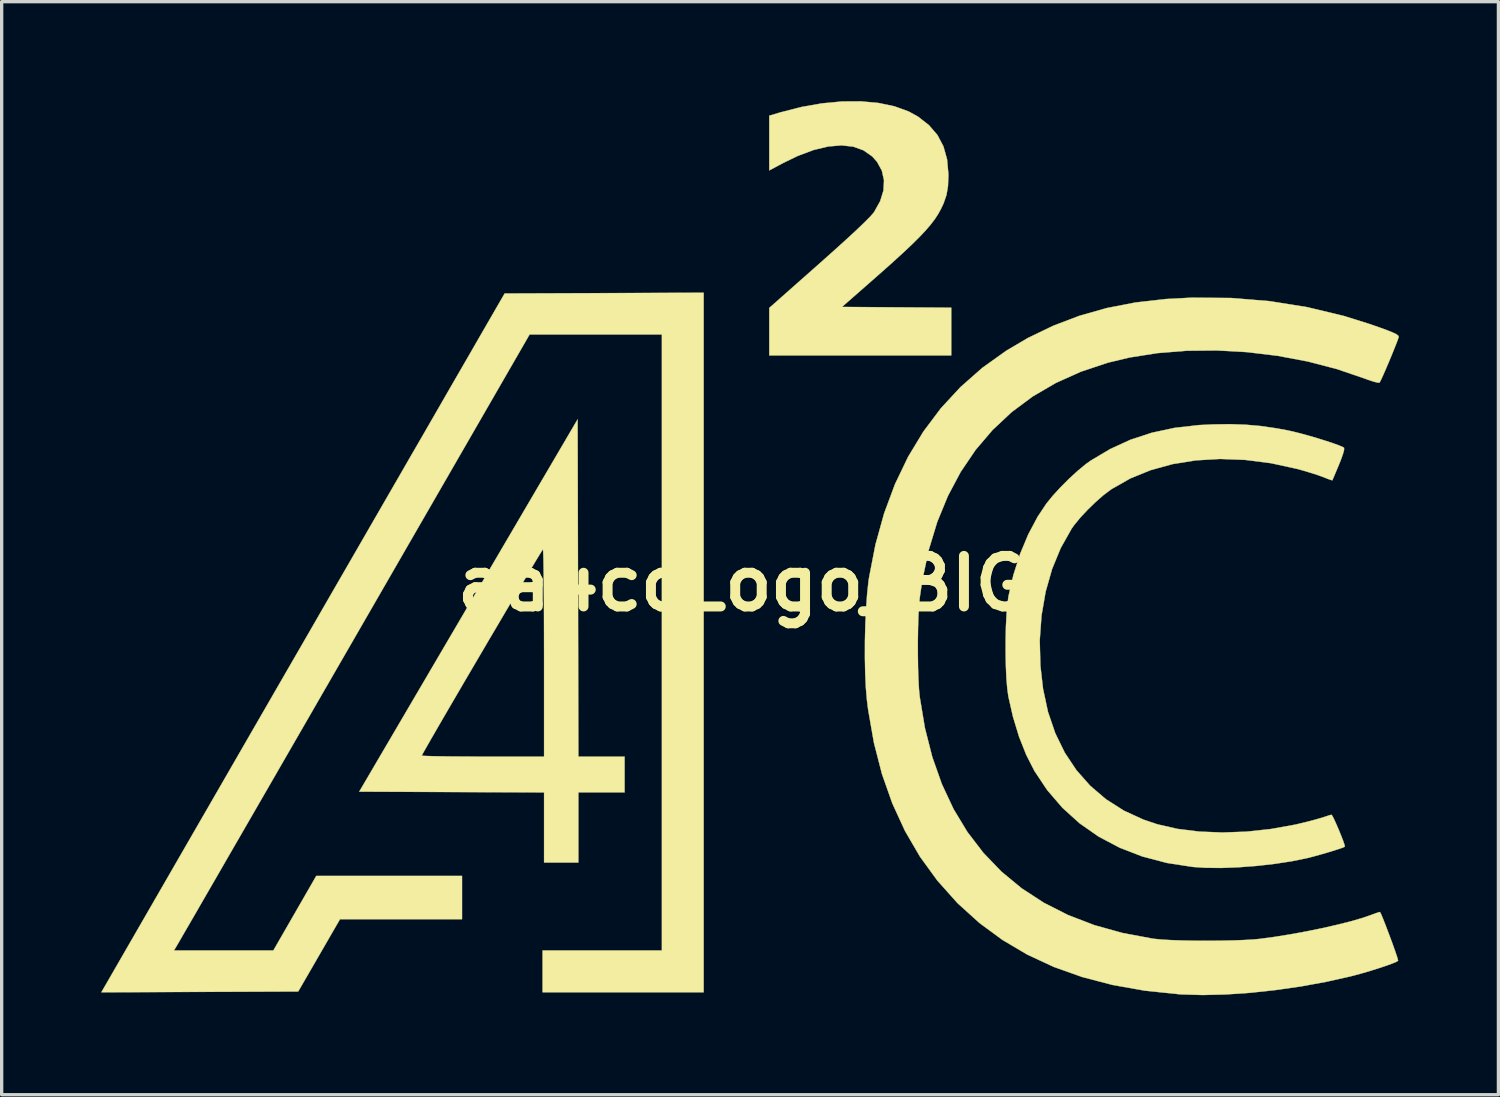
<source format=kicad_pcb>
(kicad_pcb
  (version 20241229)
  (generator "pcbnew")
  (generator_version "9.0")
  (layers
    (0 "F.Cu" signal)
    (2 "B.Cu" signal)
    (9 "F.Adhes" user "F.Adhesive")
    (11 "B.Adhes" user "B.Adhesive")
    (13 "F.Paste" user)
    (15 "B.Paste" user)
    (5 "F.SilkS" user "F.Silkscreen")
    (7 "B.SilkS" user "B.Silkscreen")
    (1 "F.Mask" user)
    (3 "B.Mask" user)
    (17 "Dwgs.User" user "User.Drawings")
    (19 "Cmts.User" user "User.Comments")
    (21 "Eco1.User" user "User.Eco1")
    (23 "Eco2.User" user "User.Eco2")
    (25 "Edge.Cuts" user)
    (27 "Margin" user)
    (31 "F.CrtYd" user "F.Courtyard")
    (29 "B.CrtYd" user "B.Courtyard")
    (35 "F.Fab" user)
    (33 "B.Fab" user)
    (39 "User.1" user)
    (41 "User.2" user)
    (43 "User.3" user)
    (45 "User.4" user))
  (footprint "aa4ccLogo_BIG"
    (layer "F.Cu")
    (at 19.328 14.54)
    (property "Reference" "aa4ccLogo_BIG" (at 0 0 0) (layer "F.SilkS") (effects (font (size 1.524 1.524) (thickness 0.3))))
    (attr through_hole)
    (fp_poly (pts (xy -4.956 0.132) (xy -4.945 5.215) (xy -3.552 5.215) (xy -3.552 6.294) (xy -4.945 6.294) (xy -4.945 8.407) (xy -5.979 8.407) (xy -5.979 6.294) (xy -8.764 6.283) (xy -11.55 6.271) (xy -10.913 5.185) (xy -9.665 5.185) (xy -9.622 5.192) (xy -9.498 5.197) (xy -9.303 5.203) (xy -9.046 5.207) (xy -8.737 5.211) (xy -8.385 5.213) (xy -8 5.215) (xy -7.822 5.215) (xy -5.979 5.215) (xy -5.979 2.09) (xy -5.98 1.569) (xy -5.981 1.076) (xy -5.983 0.617) (xy -5.986 0.199) (xy -5.99 -0.17) (xy -5.994 -0.482) (xy -5.998 -0.732) (xy -6.004 -0.91) (xy -6.009 -1.011) (xy -6.013 -1.032) (xy -6.039 -0.994) (xy -6.107 -0.885) (xy -6.212 -0.713) (xy -6.349 -0.485) (xy -6.515 -0.207) (xy -6.705 0.113) (xy -6.916 0.468) (xy -7.142 0.851) (xy -7.38 1.255) (xy -7.627 1.673) (xy -7.876 2.098) (xy -8.125 2.522) (xy -8.37 2.939) (xy -8.605 3.342) (xy -8.827 3.722) (xy -9.032 4.074) (xy -9.215 4.39) (xy -9.373 4.664) (xy -9.501 4.887) (xy -9.595 5.053) (xy -9.651 5.155) (xy -9.665 5.185) (xy -10.913 5.185) (xy -8.259 0.661) (xy -4.968 -4.95) (xy -4.956 0.132)) (stroke (width 0.01) (type solid)) (fill yes) (layer "F.SilkS"))
    (fp_poly (pts (xy -1.169 12.318) (xy -6.024 12.318) (xy -6.024 11.059) (xy -2.428 11.059) (xy -2.428 -7.508) (xy -6.416 -7.508) (xy -11.713 1.675) (xy -12.199 2.516) (xy -12.673 3.337) (xy -13.133 4.136) (xy -13.578 4.907) (xy -14.006 5.648) (xy -14.414 6.355) (xy -14.801 7.025) (xy -15.165 7.655) (xy -15.503 8.24) (xy -15.813 8.778) (xy -16.095 9.265) (xy -16.345 9.698) (xy -16.561 10.073) (xy -16.743 10.386) (xy -16.887 10.635) (xy -16.991 10.815) (xy -17.055 10.924) (xy -17.074 10.958) (xy -17.138 11.059) (xy -15.639 11.059) (xy -14.139 11.059) (xy -13.492 9.935) (xy -12.845 8.811) (xy -8.452 8.811) (xy -8.452 10.115) (xy -12.13 10.115) (xy -13.39 12.295) (xy -16.357 12.307) (xy -19.323 12.319) (xy -14.063 3.203) (xy -13.568 2.346) (xy -13.078 1.498) (xy -12.597 0.663) (xy -12.126 -0.153) (xy -11.667 -0.948) (xy -11.224 -1.716) (xy -10.798 -2.454) (xy -10.391 -3.158) (xy -10.008 -3.823) (xy -9.648 -4.445) (xy -9.316 -5.021) (xy -9.014 -5.545) (xy -8.743 -6.015) (xy -8.506 -6.425) (xy -8.306 -6.771) (xy -8.145 -7.05) (xy -8.026 -7.257) (xy -7.985 -7.328) (xy -7.167 -8.744) (xy -4.168 -8.755) (xy -1.169 -8.767) (xy -1.169 12.318)) (stroke (width 0.01) (type solid)) (fill yes) (layer "F.SilkS"))
    (fp_poly (pts (xy 4.102 -14.486) (xy 4.583 -14.385) (xy 5.006 -14.232) (xy 5.286 -14.079) (xy 5.62 -13.819) (xy 5.877 -13.521) (xy 6.058 -13.178) (xy 6.168 -12.786) (xy 6.208 -12.339) (xy 6.208 -12.291) (xy 6.195 -11.977) (xy 6.15 -11.713) (xy 6.064 -11.463) (xy 5.991 -11.307) (xy 5.906 -11.151) (xy 5.804 -10.993) (xy 5.679 -10.828) (xy 5.526 -10.649) (xy 5.338 -10.449) (xy 5.108 -10.221) (xy 4.831 -9.961) (xy 4.5 -9.659) (xy 4.108 -9.311) (xy 3.871 -9.103) (xy 3 -8.339) (xy 4.647 -8.327) (xy 6.294 -8.316) (xy 6.294 -6.878) (xy 0.809 -6.878) (xy 0.809 -8.309) (xy 2.305 -9.632) (xy 2.746 -10.025) (xy 3.122 -10.365) (xy 3.432 -10.651) (xy 3.674 -10.883) (xy 3.849 -11.059) (xy 3.955 -11.18) (xy 3.97 -11.201) (xy 4.151 -11.525) (xy 4.25 -11.846) (xy 4.267 -12.157) (xy 4.202 -12.448) (xy 4.056 -12.714) (xy 3.913 -12.874) (xy 3.651 -13.058) (xy 3.34 -13.17) (xy 2.984 -13.209) (xy 2.585 -13.175) (xy 2.147 -13.07) (xy 1.673 -12.893) (xy 1.225 -12.676) (xy 0.809 -12.454) (xy 0.809 -14.103) (xy 1.145 -14.203) (xy 1.78 -14.366) (xy 2.403 -14.475) (xy 3.003 -14.532) (xy 3.572 -14.535) (xy 4.102 -14.486)) (stroke (width 0.01) (type solid)) (fill yes) (layer "F.SilkS"))
    (fp_poly (pts (xy 15.167 -4.789) (xy 15.613 -4.75) (xy 16.078 -4.683) (xy 16.409 -4.623) (xy 16.596 -4.582) (xy 16.824 -4.525) (xy 17.074 -4.456) (xy 17.33 -4.381) (xy 17.577 -4.304) (xy 17.798 -4.231) (xy 17.976 -4.167) (xy 18.094 -4.117) (xy 18.133 -4.093) (xy 18.135 -4.033) (xy 18.1 -3.904) (xy 18.033 -3.717) (xy 17.981 -3.588) (xy 17.903 -3.402) (xy 17.839 -3.249) (xy 17.795 -3.147) (xy 17.78 -3.113) (xy 17.738 -3.123) (xy 17.636 -3.159) (xy 17.502 -3.212) (xy 17.345 -3.269) (xy 17.131 -3.338) (xy 16.893 -3.409) (xy 16.719 -3.457) (xy 15.93 -3.629) (xy 15.154 -3.728) (xy 14.396 -3.757) (xy 13.665 -3.714) (xy 12.966 -3.602) (xy 12.306 -3.42) (xy 11.692 -3.17) (xy 11.132 -2.852) (xy 11.099 -2.83) (xy 10.885 -2.669) (xy 10.647 -2.46) (xy 10.405 -2.225) (xy 10.182 -1.987) (xy 10 -1.765) (xy 9.923 -1.657) (xy 9.595 -1.075) (xy 9.333 -0.439) (xy 9.139 0.243) (xy 9.015 0.961) (xy 8.961 1.708) (xy 8.981 2.475) (xy 9.06 3.169) (xy 9.209 3.865) (xy 9.428 4.507) (xy 9.715 5.095) (xy 10.067 5.625) (xy 10.482 6.094) (xy 10.959 6.501) (xy 11.494 6.842) (xy 12.086 7.114) (xy 12.509 7.256) (xy 13.109 7.393) (xy 13.767 7.475) (xy 14.466 7.503) (xy 15.192 7.477) (xy 15.931 7.397) (xy 16.668 7.264) (xy 17.039 7.175) (xy 17.239 7.122) (xy 17.418 7.071) (xy 17.551 7.03) (xy 17.593 7.016) (xy 17.695 6.982) (xy 17.756 6.968) (xy 17.784 7.007) (xy 17.836 7.109) (xy 17.902 7.255) (xy 17.975 7.424) (xy 18.045 7.596) (xy 18.105 7.75) (xy 18.145 7.868) (xy 18.158 7.927) (xy 18.157 7.93) (xy 18.098 7.957) (xy 17.971 8.001) (xy 17.797 8.057) (xy 17.594 8.118) (xy 17.382 8.179) (xy 17.181 8.234) (xy 17.023 8.274) (xy 16.551 8.37) (xy 16.034 8.449) (xy 15.493 8.51) (xy 14.95 8.551) (xy 14.429 8.571) (xy 13.951 8.566) (xy 13.578 8.541) (xy 12.793 8.42) (xy 12.056 8.226) (xy 11.371 7.961) (xy 10.739 7.628) (xy 10.162 7.226) (xy 9.644 6.757) (xy 9.185 6.223) (xy 8.8 5.645) (xy 8.555 5.164) (xy 8.337 4.614) (xy 8.154 4.013) (xy 8.016 3.405) (xy 7.982 3.159) (xy 7.956 2.844) (xy 7.94 2.479) (xy 7.932 2.084) (xy 7.933 1.679) (xy 7.942 1.285) (xy 7.961 0.92) (xy 7.988 0.606) (xy 8.019 0.382) (xy 8.168 -0.264) (xy 8.368 -0.891) (xy 8.614 -1.48) (xy 8.898 -2.015) (xy 9.159 -2.407) (xy 9.351 -2.644) (xy 9.587 -2.902) (xy 9.846 -3.161) (xy 10.108 -3.401) (xy 10.351 -3.602) (xy 10.492 -3.703) (xy 11.084 -4.055) (xy 11.697 -4.336) (xy 12.341 -4.547) (xy 13.027 -4.694) (xy 13.765 -4.778) (xy 14.186 -4.798) (xy 14.703 -4.805) (xy 15.167 -4.789)) (stroke (width 0.01) (type solid)) (fill yes) (layer "F.SilkS"))
    (fp_poly (pts (xy 14.726 -8.608) (xy 15.887 -8.513) (xy 17.019 -8.333) (xy 18.123 -8.068) (xy 18.881 -7.831) (xy 19.191 -7.724) (xy 19.424 -7.639) (xy 19.59 -7.573) (xy 19.698 -7.522) (xy 19.759 -7.481) (xy 19.78 -7.447) (xy 19.781 -7.441) (xy 19.764 -7.381) (xy 19.718 -7.256) (xy 19.65 -7.085) (xy 19.569 -6.884) (xy 19.481 -6.673) (xy 19.393 -6.467) (xy 19.314 -6.286) (xy 19.25 -6.147) (xy 19.209 -6.067) (xy 19.202 -6.057) (xy 19.147 -6.057) (xy 19.03 -6.086) (xy 18.868 -6.139) (xy 18.75 -6.182) (xy 17.914 -6.467) (xy 17.038 -6.695) (xy 16.134 -6.865) (xy 15.216 -6.976) (xy 14.297 -7.027) (xy 13.391 -7.018) (xy 12.511 -6.947) (xy 11.67 -6.815) (xy 11.014 -6.658) (xy 10.201 -6.387) (xy 9.447 -6.048) (xy 8.751 -5.642) (xy 8.116 -5.17) (xy 7.542 -4.633) (xy 7.03 -4.033) (xy 6.58 -3.369) (xy 6.194 -2.643) (xy 5.871 -1.857) (xy 5.614 -1.01) (xy 5.422 -0.104) (xy 5.344 0.427) (xy 5.321 0.671) (xy 5.304 0.985) (xy 5.293 1.347) (xy 5.287 1.738) (xy 5.288 2.139) (xy 5.293 2.528) (xy 5.305 2.887) (xy 5.322 3.194) (xy 5.344 3.417) (xy 5.5 4.353) (xy 5.723 5.229) (xy 6.011 6.044) (xy 6.364 6.798) (xy 6.782 7.489) (xy 7.264 8.118) (xy 7.808 8.683) (xy 8.415 9.184) (xy 9.084 9.62) (xy 9.814 9.99) (xy 10.604 10.294) (xy 11.454 10.531) (xy 12.363 10.701) (xy 12.408 10.707) (xy 12.619 10.728) (xy 12.903 10.745) (xy 13.241 10.757) (xy 13.615 10.764) (xy 14.008 10.766) (xy 14.402 10.763) (xy 14.779 10.756) (xy 15.121 10.743) (xy 15.411 10.726) (xy 15.6 10.708) (xy 16.056 10.646) (xy 16.534 10.569) (xy 17.017 10.48) (xy 17.49 10.383) (xy 17.937 10.281) (xy 18.342 10.179) (xy 18.69 10.078) (xy 18.964 9.983) (xy 18.968 9.982) (xy 19.099 9.933) (xy 19.19 9.904) (xy 19.217 9.9) (xy 19.25 9.964) (xy 19.304 10.092) (xy 19.373 10.266) (xy 19.451 10.47) (xy 19.532 10.686) (xy 19.61 10.898) (xy 19.677 11.089) (xy 19.729 11.242) (xy 19.758 11.341) (xy 19.762 11.368) (xy 19.707 11.402) (xy 19.58 11.454) (xy 19.398 11.52) (xy 19.176 11.594) (xy 18.93 11.671) (xy 18.675 11.746) (xy 18.426 11.814) (xy 18.319 11.841) (xy 17.591 12.004) (xy 16.834 12.142) (xy 16.065 12.252) (xy 15.305 12.334) (xy 14.569 12.384) (xy 13.878 12.401) (xy 13.247 12.383) (xy 13.172 12.378) (xy 12.136 12.271) (xy 11.16 12.098) (xy 10.243 11.859) (xy 9.385 11.554) (xy 8.583 11.181) (xy 7.837 10.74) (xy 7.145 10.231) (xy 6.506 9.653) (xy 6.464 9.611) (xy 5.873 8.949) (xy 5.352 8.232) (xy 4.901 7.458) (xy 4.519 6.628) (xy 4.206 5.741) (xy 3.963 4.798) (xy 3.788 3.796) (xy 3.752 3.507) (xy 3.72 3.139) (xy 3.7 2.706) (xy 3.691 2.23) (xy 3.692 1.73) (xy 3.704 1.229) (xy 3.727 0.748) (xy 3.759 0.307) (xy 3.8 -0.073) (xy 3.816 -0.18) (xy 4.01 -1.178) (xy 4.271 -2.118) (xy 4.599 -2.999) (xy 4.993 -3.82) (xy 5.454 -4.582) (xy 5.98 -5.283) (xy 6.572 -5.923) (xy 7.229 -6.502) (xy 7.951 -7.018) (xy 8.602 -7.402) (xy 9.367 -7.771) (xy 10.155 -8.071) (xy 10.977 -8.304) (xy 11.842 -8.472) (xy 12.758 -8.577) (xy 13.537 -8.618) (xy 14.726 -8.608)) (stroke (width 0.01) (type solid)) (fill yes) (layer "F.SilkS")))
  (gr_rect
    (start -3 -3)
    (end 42.114 29.946)
    (stroke (width 0.1) (type default))
    (fill no)
    (layer "Edge.Cuts")))
</source>
